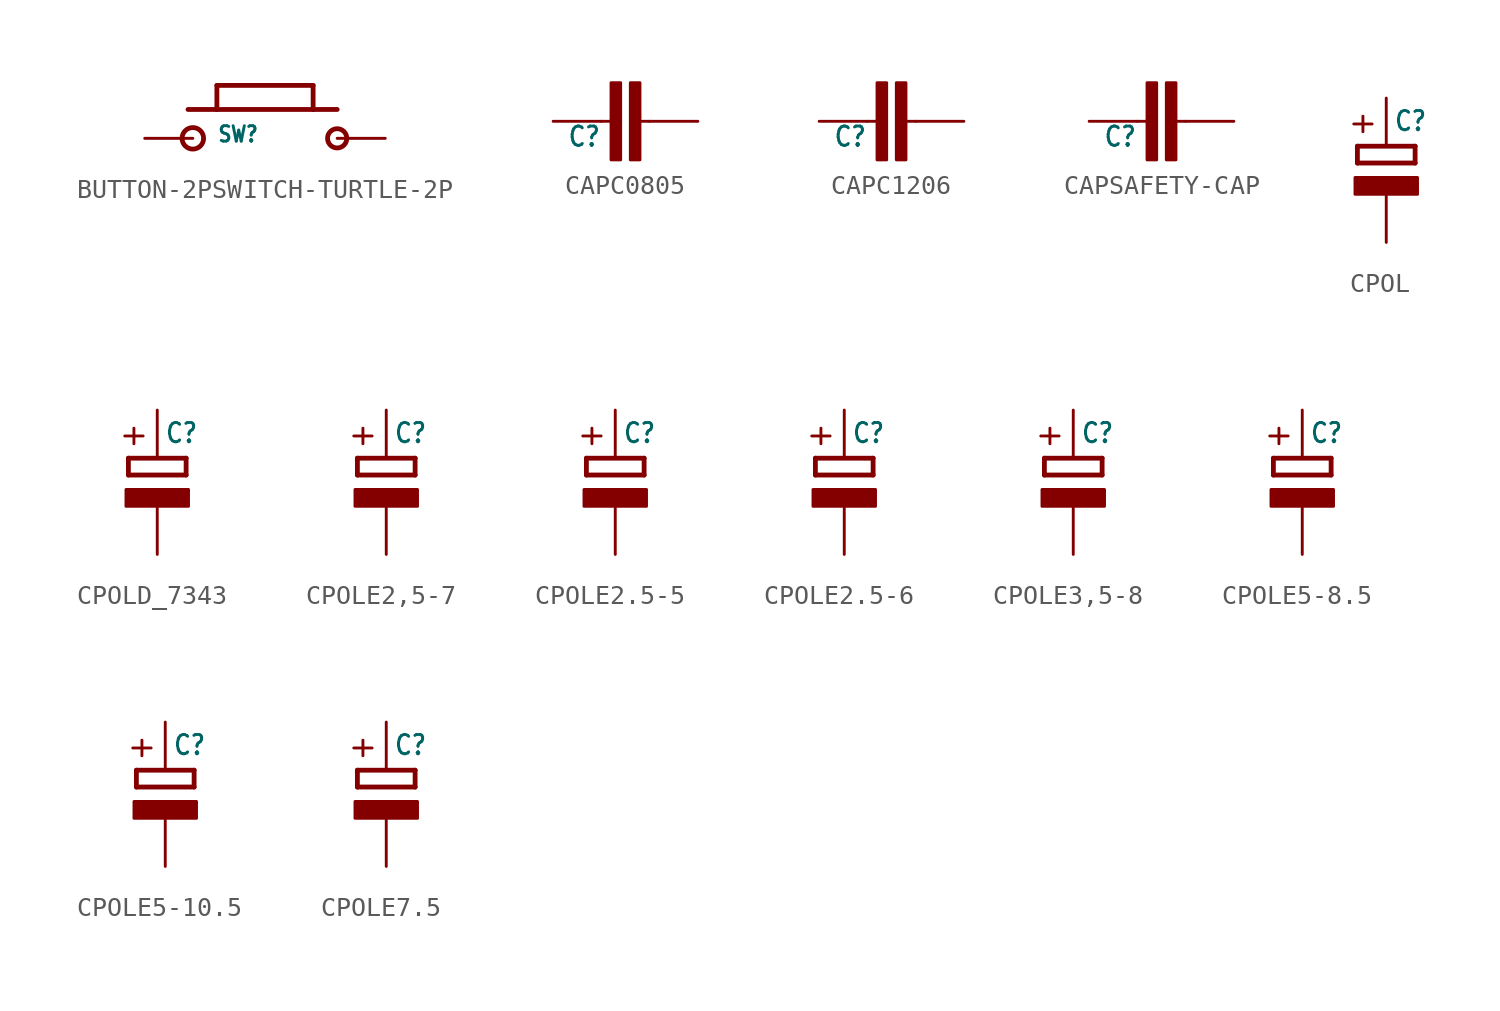
<source format=kicad_sym>
(kicad_symbol_lib
  (version 20231120)
  (generator "kicad_symbol_editor")
  (generator_version "8.0")
  (symbol "BUTTON-2PSWITCH-TURTLE-2P"
    (property "Reference" "SW"
      (at -1.27 -0.254 0)
      (effects (font (size 0.813 0.691)) (justify left bottom)))
    (property "Value" ""
      (at -1.27 -1.27 0)
      (effects (font (size 0.813 0.691)) (justify left bottom)))
    (property "ki_locked" ""
      (at 0 0 0)
      (effects (font (size 1.27 1.27))))
    (symbol "BUTTON-2PSWITCH-TURTLE-2P_1_0"
      (circle (center -2.54 0) (radius 0.568) (stroke (width 0.254) (type solid)) (fill (type none)))
      (polyline (pts (xy -2.794 1.524) (xy -1.27 1.524)) (stroke (width 0.254) (type solid)) (fill (type none)))
      (polyline (pts (xy -1.27 1.524) (xy -1.27 2.794)) (stroke (width 0.254) (type solid)) (fill (type none)))
      (polyline (pts (xy -1.27 1.524) (xy 3.81 1.524)) (stroke (width 0.254) (type solid)) (fill (type none)))
      (polyline (pts (xy -1.27 2.794) (xy 3.81 2.794)) (stroke (width 0.254) (type solid)) (fill (type none)))
      (polyline (pts (xy 3.81 1.524) (xy 5.08 1.524)) (stroke (width 0.254) (type solid)) (fill (type none)))
      (polyline (pts (xy 3.81 2.794) (xy 3.81 1.524)) (stroke (width 0.254) (type solid)) (fill (type none)))
      (circle (center 5.08 0) (radius 0.508) (stroke (width 0.254) (type solid)) (fill (type none)))
      (pin bidirectional line (at -5.08 0 0) (length 2.54) (name "P$1" (effects (font (size 0 0)))) (number "1" (effects (font (size 0 0)))))
      (pin bidirectional line (at 7.62 0 180) (length 2.54) (name "P$2" (effects (font (size 0 0)))) (number "2" (effects (font (size 0 0)))))))
  (symbol "CAPC0805"
    (property "Reference" "C"
      (at -2.54 -1.397 0)
      (effects (font (size 1.016 0.864)) (justify right bottom)))
    (property "Value" ""
      (at 0 -1.397 0)
      (effects (font (size 1.016 0.864)) (justify left bottom)))
    (property "ki_locked" ""
      (at 0 0 0)
      (effects (font (size 1.27 1.27))))
    (symbol "CAPC0805_1_0"
      (rectangle (start -2.032 2.032) (end -1.524 -2.032) (stroke (width 0) (type default)) (fill (type outline)))
      (rectangle (start -1.016 2.032) (end -0.508 -2.032) (stroke (width 0) (type default)) (fill (type outline)))
      (polyline (pts (xy -2.54 0) (xy -2.032 0)) (stroke (width 0.152) (type solid)) (fill (type none)))
      (polyline (pts (xy 0 0) (xy -0.508 0)) (stroke (width 0.152) (type solid)) (fill (type none)))
      (pin passive line (at -5.08 0 0) (length 2.54) (name "1" (effects (font (size 0 0)))) (number "1" (effects (font (size 0 0)))))
      (pin passive line (at 2.54 0 180) (length 2.54) (name "2" (effects (font (size 0 0)))) (number "2" (effects (font (size 0 0)))))))
  (symbol "CAPC1206"
    (property "Reference" "C"
      (at -2.54 -1.397 0)
      (effects (font (size 1.016 0.864)) (justify right bottom)))
    (property "Value" ""
      (at 0 -1.397 0)
      (effects (font (size 1.016 0.864)) (justify left bottom)))
    (property "ki_locked" ""
      (at 0 0 0)
      (effects (font (size 1.27 1.27))))
    (symbol "CAPC1206_1_0"
      (rectangle (start -2.032 2.032) (end -1.524 -2.032) (stroke (width 0) (type default)) (fill (type outline)))
      (rectangle (start -1.016 2.032) (end -0.508 -2.032) (stroke (width 0) (type default)) (fill (type outline)))
      (polyline (pts (xy -2.54 0) (xy -2.032 0)) (stroke (width 0.152) (type solid)) (fill (type none)))
      (polyline (pts (xy 0 0) (xy -0.508 0)) (stroke (width 0.152) (type solid)) (fill (type none)))
      (pin passive line (at -5.08 0 0) (length 2.54) (name "1" (effects (font (size 0 0)))) (number "1" (effects (font (size 0 0)))))
      (pin passive line (at 2.54 0 180) (length 2.54) (name "2" (effects (font (size 0 0)))) (number "2" (effects (font (size 0 0)))))))
  (symbol "CAPSAFETY-CAP"
    (property "Reference" "C"
      (at -2.54 -1.397 0)
      (effects (font (size 1.016 0.864)) (justify right bottom)))
    (property "Value" ""
      (at 0 -1.397 0)
      (effects (font (size 1.016 0.864)) (justify left bottom)))
    (property "ki_locked" ""
      (at 0 0 0)
      (effects (font (size 1.27 1.27))))
    (symbol "CAPSAFETY-CAP_1_0"
      (rectangle (start -2.032 2.032) (end -1.524 -2.032) (stroke (width 0) (type default)) (fill (type outline)))
      (rectangle (start -1.016 2.032) (end -0.508 -2.032) (stroke (width 0) (type default)) (fill (type outline)))
      (polyline (pts (xy -2.54 0) (xy -2.032 0)) (stroke (width 0.152) (type solid)) (fill (type none)))
      (polyline (pts (xy 0 0) (xy -0.508 0)) (stroke (width 0.152) (type solid)) (fill (type none)))
      (pin passive line (at -5.08 0 0) (length 2.54) (name "1" (effects (font (size 0 0)))) (number "P$1" (effects (font (size 0 0)))))
      (pin passive line (at 2.54 0 180) (length 2.54) (name "2" (effects (font (size 0 0)))) (number "P$2" (effects (font (size 0 0)))))))
  (symbol "CPOL"
    (property "Reference" "C"
      (at 0.381 3.277 0)
      (effects (font (size 1.016 0.864)) (justify left bottom)))
    (property "Value" ""
      (at 0.381 -1.295 0)
      (effects (font (size 1.016 0.864)) (justify left bottom)))
    (property "ki_locked" ""
      (at 0 0 0)
      (effects (font (size 1.27 1.27))))
    (symbol "CPOL_1_0"
      (rectangle (start -1.651 0) (end 1.651 0.889) (stroke (width 0) (type default)) (fill (type outline)))
      (polyline (pts (xy -1.524 1.651) (xy 1.524 1.651)) (stroke (width 0.254) (type solid)) (fill (type none)))
      (polyline (pts (xy -1.524 2.54) (xy -1.524 1.651)) (stroke (width 0.254) (type solid)) (fill (type none)))
      (polyline (pts (xy -1.524 2.54) (xy 1.524 2.54)) (stroke (width 0.254) (type solid)) (fill (type none)))
      (polyline (pts (xy 1.524 1.651) (xy 1.524 2.54)) (stroke (width 0.254) (type solid)) (fill (type none)))
      (text "+" (at -0.584 2.946 900) (effects (font (size 1.27 1.079)) (justify left bottom)))
      (pin passive line (at 0 5.08 270) (length 2.54) (name "+" (effects (font (size 0 0)))) (number "1" (effects (font (size 0 0)))))
      (pin passive line (at 0 -2.54 90) (length 2.54) (name "-" (effects (font (size 0 0)))) (number "2" (effects (font (size 0 0)))))))
  (symbol "CPOLD_7343"
    (property "Reference" "C"
      (at 0.381 3.277 0)
      (effects (font (size 1.016 0.864)) (justify left bottom)))
    (property "Value" ""
      (at 0.381 -1.295 0)
      (effects (font (size 1.016 0.864)) (justify left bottom)))
    (property "ki_locked" ""
      (at 0 0 0)
      (effects (font (size 1.27 1.27))))
    (symbol "CPOLD_7343_1_0"
      (rectangle (start -1.651 0) (end 1.651 0.889) (stroke (width 0) (type default)) (fill (type outline)))
      (polyline (pts (xy -1.524 1.651) (xy 1.524 1.651)) (stroke (width 0.254) (type solid)) (fill (type none)))
      (polyline (pts (xy -1.524 2.54) (xy -1.524 1.651)) (stroke (width 0.254) (type solid)) (fill (type none)))
      (polyline (pts (xy -1.524 2.54) (xy 1.524 2.54)) (stroke (width 0.254) (type solid)) (fill (type none)))
      (polyline (pts (xy 1.524 1.651) (xy 1.524 2.54)) (stroke (width 0.254) (type solid)) (fill (type none)))
      (text "+" (at -0.584 2.946 900) (effects (font (size 1.27 1.079)) (justify left bottom)))
      (pin passive line (at 0 5.08 270) (length 2.54) (name "+" (effects (font (size 0 0)))) (number "+" (effects (font (size 0 0)))))
      (pin passive line (at 0 -2.54 90) (length 2.54) (name "-" (effects (font (size 0 0)))) (number "-" (effects (font (size 0 0)))))))
  (symbol "CPOLE2,5-7"
    (property "Reference" "C"
      (at 0.381 3.277 0)
      (effects (font (size 1.016 0.864)) (justify left bottom)))
    (property "Value" ""
      (at 0.381 -1.295 0)
      (effects (font (size 1.016 0.864)) (justify left bottom)))
    (property "ki_locked" ""
      (at 0 0 0)
      (effects (font (size 1.27 1.27))))
    (symbol "CPOLE2,5-7_1_0"
      (rectangle (start -1.651 0) (end 1.651 0.889) (stroke (width 0) (type default)) (fill (type outline)))
      (polyline (pts (xy -1.524 1.651) (xy 1.524 1.651)) (stroke (width 0.254) (type solid)) (fill (type none)))
      (polyline (pts (xy -1.524 2.54) (xy -1.524 1.651)) (stroke (width 0.254) (type solid)) (fill (type none)))
      (polyline (pts (xy -1.524 2.54) (xy 1.524 2.54)) (stroke (width 0.254) (type solid)) (fill (type none)))
      (polyline (pts (xy 1.524 1.651) (xy 1.524 2.54)) (stroke (width 0.254) (type solid)) (fill (type none)))
      (text "+" (at -0.584 2.946 900) (effects (font (size 1.27 1.079)) (justify left bottom)))
      (pin passive line (at 0 5.08 270) (length 2.54) (name "+" (effects (font (size 0 0)))) (number "+" (effects (font (size 0 0)))))
      (pin passive line (at 0 -2.54 90) (length 2.54) (name "-" (effects (font (size 0 0)))) (number "-" (effects (font (size 0 0)))))))
  (symbol "CPOLE2.5-5"
    (property "Reference" "C"
      (at 0.381 3.277 0)
      (effects (font (size 1.016 0.864)) (justify left bottom)))
    (property "Value" ""
      (at 0.381 -1.295 0)
      (effects (font (size 1.016 0.864)) (justify left bottom)))
    (property "ki_locked" ""
      (at 0 0 0)
      (effects (font (size 1.27 1.27))))
    (symbol "CPOLE2.5-5_1_0"
      (rectangle (start -1.651 0) (end 1.651 0.889) (stroke (width 0) (type default)) (fill (type outline)))
      (polyline (pts (xy -1.524 1.651) (xy 1.524 1.651)) (stroke (width 0.254) (type solid)) (fill (type none)))
      (polyline (pts (xy -1.524 2.54) (xy -1.524 1.651)) (stroke (width 0.254) (type solid)) (fill (type none)))
      (polyline (pts (xy -1.524 2.54) (xy 1.524 2.54)) (stroke (width 0.254) (type solid)) (fill (type none)))
      (polyline (pts (xy 1.524 1.651) (xy 1.524 2.54)) (stroke (width 0.254) (type solid)) (fill (type none)))
      (text "+" (at -0.584 2.946 900) (effects (font (size 1.27 1.079)) (justify left bottom)))
      (pin passive line (at 0 5.08 270) (length 2.54) (name "+" (effects (font (size 0 0)))) (number "+" (effects (font (size 0 0)))))
      (pin passive line (at 0 -2.54 90) (length 2.54) (name "-" (effects (font (size 0 0)))) (number "-" (effects (font (size 0 0)))))))
  (symbol "CPOLE2.5-6"
    (property "Reference" "C"
      (at 0.381 3.277 0)
      (effects (font (size 1.016 0.864)) (justify left bottom)))
    (property "Value" ""
      (at 0.381 -1.295 0)
      (effects (font (size 1.016 0.864)) (justify left bottom)))
    (property "ki_locked" ""
      (at 0 0 0)
      (effects (font (size 1.27 1.27))))
    (symbol "CPOLE2.5-6_1_0"
      (rectangle (start -1.651 0) (end 1.651 0.889) (stroke (width 0) (type default)) (fill (type outline)))
      (polyline (pts (xy -1.524 1.651) (xy 1.524 1.651)) (stroke (width 0.254) (type solid)) (fill (type none)))
      (polyline (pts (xy -1.524 2.54) (xy -1.524 1.651)) (stroke (width 0.254) (type solid)) (fill (type none)))
      (polyline (pts (xy -1.524 2.54) (xy 1.524 2.54)) (stroke (width 0.254) (type solid)) (fill (type none)))
      (polyline (pts (xy 1.524 1.651) (xy 1.524 2.54)) (stroke (width 0.254) (type solid)) (fill (type none)))
      (text "+" (at -0.584 2.946 900) (effects (font (size 1.27 1.079)) (justify left bottom)))
      (pin passive line (at 0 5.08 270) (length 2.54) (name "+" (effects (font (size 0 0)))) (number "+" (effects (font (size 0 0)))))
      (pin passive line (at 0 -2.54 90) (length 2.54) (name "-" (effects (font (size 0 0)))) (number "-" (effects (font (size 0 0)))))))
  (symbol "CPOLE3,5-8"
    (property "Reference" "C"
      (at 0.381 3.277 0)
      (effects (font (size 1.016 0.864)) (justify left bottom)))
    (property "Value" ""
      (at 0.381 -1.295 0)
      (effects (font (size 1.016 0.864)) (justify left bottom)))
    (property "ki_locked" ""
      (at 0 0 0)
      (effects (font (size 1.27 1.27))))
    (symbol "CPOLE3,5-8_1_0"
      (rectangle (start -1.651 0) (end 1.651 0.889) (stroke (width 0) (type default)) (fill (type outline)))
      (polyline (pts (xy -1.524 1.651) (xy 1.524 1.651)) (stroke (width 0.254) (type solid)) (fill (type none)))
      (polyline (pts (xy -1.524 2.54) (xy -1.524 1.651)) (stroke (width 0.254) (type solid)) (fill (type none)))
      (polyline (pts (xy -1.524 2.54) (xy 1.524 2.54)) (stroke (width 0.254) (type solid)) (fill (type none)))
      (polyline (pts (xy 1.524 1.651) (xy 1.524 2.54)) (stroke (width 0.254) (type solid)) (fill (type none)))
      (text "+" (at -0.584 2.946 900) (effects (font (size 1.27 1.079)) (justify left bottom)))
      (pin passive line (at 0 5.08 270) (length 2.54) (name "+" (effects (font (size 0 0)))) (number "+" (effects (font (size 0 0)))))
      (pin passive line (at 0 -2.54 90) (length 2.54) (name "-" (effects (font (size 0 0)))) (number "-" (effects (font (size 0 0)))))))
  (symbol "CPOLE5-8.5"
    (property "Reference" "C"
      (at 0.381 3.277 0)
      (effects (font (size 1.016 0.864)) (justify left bottom)))
    (property "Value" ""
      (at 0.381 -1.295 0)
      (effects (font (size 1.016 0.864)) (justify left bottom)))
    (property "ki_locked" ""
      (at 0 0 0)
      (effects (font (size 1.27 1.27))))
    (symbol "CPOLE5-8.5_1_0"
      (rectangle (start -1.651 0) (end 1.651 0.889) (stroke (width 0) (type default)) (fill (type outline)))
      (polyline (pts (xy -1.524 1.651) (xy 1.524 1.651)) (stroke (width 0.254) (type solid)) (fill (type none)))
      (polyline (pts (xy -1.524 2.54) (xy -1.524 1.651)) (stroke (width 0.254) (type solid)) (fill (type none)))
      (polyline (pts (xy -1.524 2.54) (xy 1.524 2.54)) (stroke (width 0.254) (type solid)) (fill (type none)))
      (polyline (pts (xy 1.524 1.651) (xy 1.524 2.54)) (stroke (width 0.254) (type solid)) (fill (type none)))
      (text "+" (at -0.584 2.946 900) (effects (font (size 1.27 1.079)) (justify left bottom)))
      (pin passive line (at 0 5.08 270) (length 2.54) (name "+" (effects (font (size 0 0)))) (number "+" (effects (font (size 0 0)))))
      (pin passive line (at 0 -2.54 90) (length 2.54) (name "-" (effects (font (size 0 0)))) (number "-" (effects (font (size 0 0)))))))
  (symbol "CPOLE5-10.5"
    (property "Reference" "C"
      (at 0.381 3.277 0)
      (effects (font (size 1.016 0.864)) (justify left bottom)))
    (property "Value" ""
      (at 0.381 -1.295 0)
      (effects (font (size 1.016 0.864)) (justify left bottom)))
    (property "ki_locked" ""
      (at 0 0 0)
      (effects (font (size 1.27 1.27))))
    (symbol "CPOLE5-10.5_1_0"
      (rectangle (start -1.651 0) (end 1.651 0.889) (stroke (width 0) (type default)) (fill (type outline)))
      (polyline (pts (xy -1.524 1.651) (xy 1.524 1.651)) (stroke (width 0.254) (type solid)) (fill (type none)))
      (polyline (pts (xy -1.524 2.54) (xy -1.524 1.651)) (stroke (width 0.254) (type solid)) (fill (type none)))
      (polyline (pts (xy -1.524 2.54) (xy 1.524 2.54)) (stroke (width 0.254) (type solid)) (fill (type none)))
      (polyline (pts (xy 1.524 1.651) (xy 1.524 2.54)) (stroke (width 0.254) (type solid)) (fill (type none)))
      (text "+" (at -0.584 2.946 900) (effects (font (size 1.27 1.079)) (justify left bottom)))
      (pin passive line (at 0 5.08 270) (length 2.54) (name "+" (effects (font (size 0 0)))) (number "+" (effects (font (size 0 0)))))
      (pin passive line (at 0 -2.54 90) (length 2.54) (name "-" (effects (font (size 0 0)))) (number "-" (effects (font (size 0 0)))))))
  (symbol "CPOLE7.5"
    (property "Reference" "C"
      (at 0.381 3.277 0)
      (effects (font (size 1.016 0.864)) (justify left bottom)))
    (property "Value" ""
      (at 0.381 -1.295 0)
      (effects (font (size 1.016 0.864)) (justify left bottom)))
    (property "ki_locked" ""
      (at 0 0 0)
      (effects (font (size 1.27 1.27))))
    (symbol "CPOLE7.5_1_0"
      (rectangle (start -1.651 0) (end 1.651 0.889) (stroke (width 0) (type default)) (fill (type outline)))
      (polyline (pts (xy -1.524 1.651) (xy 1.524 1.651)) (stroke (width 0.254) (type solid)) (fill (type none)))
      (polyline (pts (xy -1.524 2.54) (xy -1.524 1.651)) (stroke (width 0.254) (type solid)) (fill (type none)))
      (polyline (pts (xy -1.524 2.54) (xy 1.524 2.54)) (stroke (width 0.254) (type solid)) (fill (type none)))
      (polyline (pts (xy 1.524 1.651) (xy 1.524 2.54)) (stroke (width 0.254) (type solid)) (fill (type none)))
      (text "+" (at -0.584 2.946 900) (effects (font (size 1.27 1.079)) (justify left bottom)))
      (pin passive line (at 0 5.08 270) (length 2.54) (name "+" (effects (font (size 0 0)))) (number "+" (effects (font (size 0 0)))))
      (pin passive line (at 0 -2.54 90) (length 2.54) (name "-" (effects (font (size 0 0)))) (number "-" (effects (font (size 0 0))))))))
</source>
